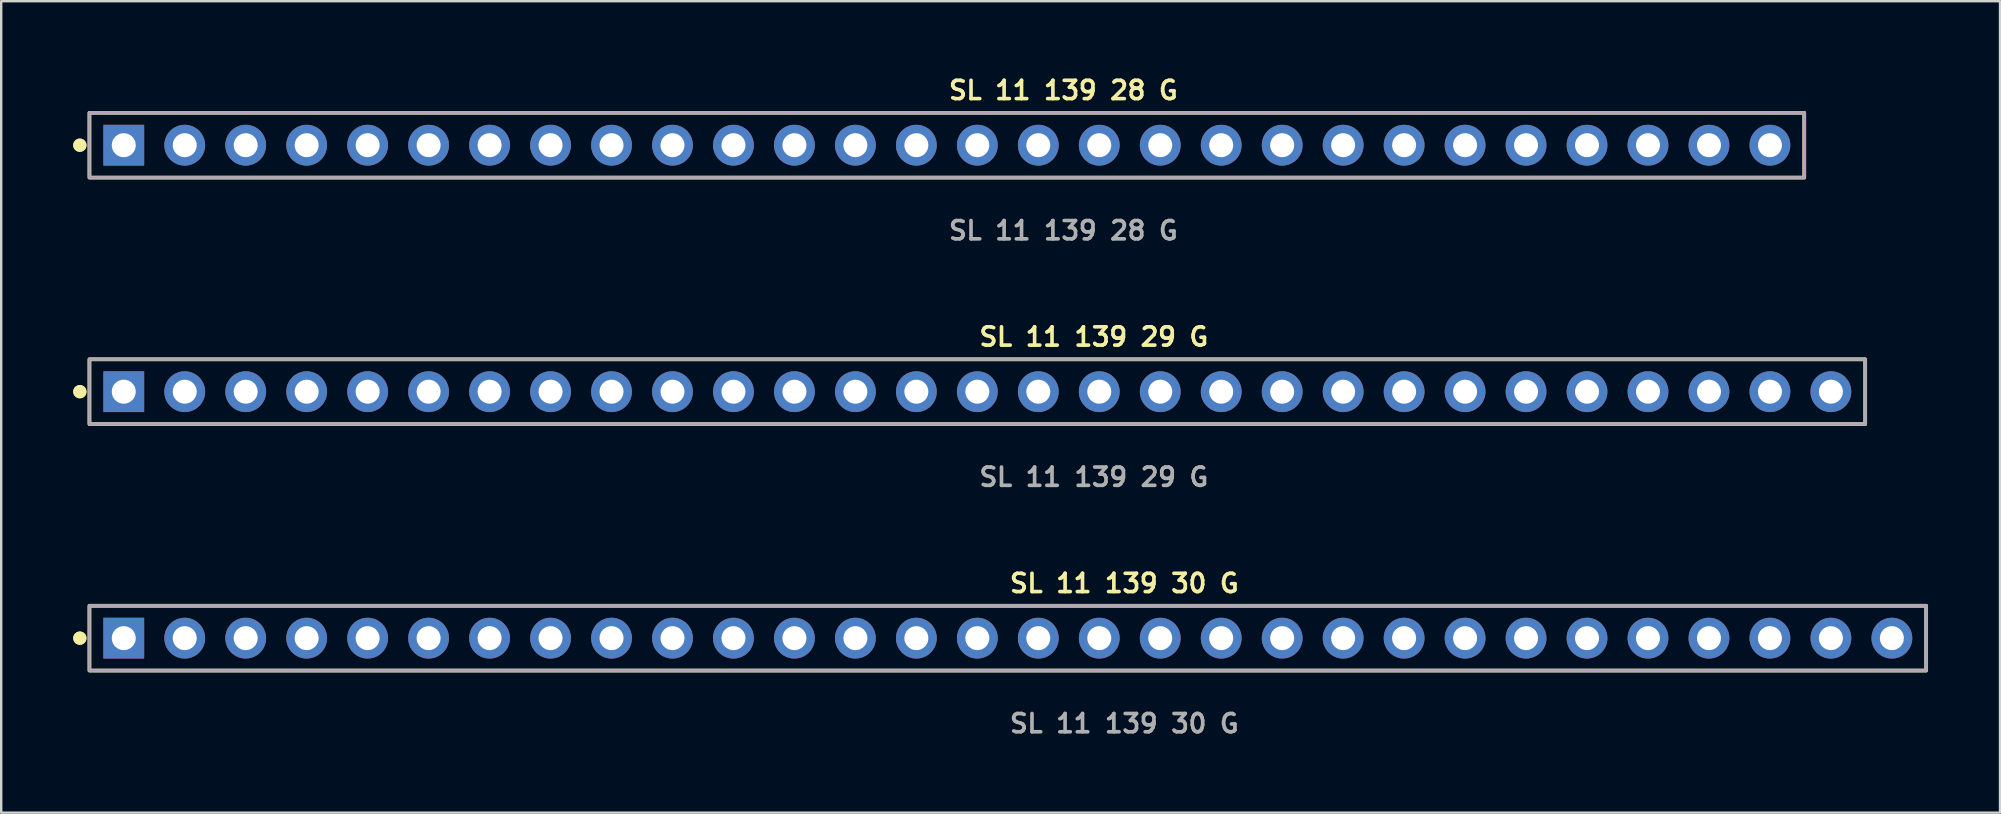
<source format=kicad_pcb>
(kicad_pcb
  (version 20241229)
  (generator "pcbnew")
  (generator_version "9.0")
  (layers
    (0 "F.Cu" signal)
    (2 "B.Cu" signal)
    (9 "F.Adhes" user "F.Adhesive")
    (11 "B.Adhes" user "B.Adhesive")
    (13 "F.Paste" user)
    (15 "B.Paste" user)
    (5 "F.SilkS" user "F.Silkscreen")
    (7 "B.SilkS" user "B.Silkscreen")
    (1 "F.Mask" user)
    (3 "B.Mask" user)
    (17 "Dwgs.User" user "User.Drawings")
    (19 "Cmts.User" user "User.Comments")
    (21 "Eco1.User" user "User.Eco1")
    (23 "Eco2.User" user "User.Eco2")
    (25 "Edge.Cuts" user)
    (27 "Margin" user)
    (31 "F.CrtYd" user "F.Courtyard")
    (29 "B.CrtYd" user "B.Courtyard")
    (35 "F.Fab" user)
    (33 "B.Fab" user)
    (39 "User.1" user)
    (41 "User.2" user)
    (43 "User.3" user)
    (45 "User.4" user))
  (footprint "SL 11 139 28 G"
    (layer "F.Cu")
    (at 36.396 2.999)
    (property "Reference" "SL 11 139 28 G" (at 0 -2.286 0) (unlocked yes) (layer "F.SilkS") (effects (font (size 0.762 0.762) (thickness 0.152)) (justify left)))
    (fp_rect (start -35.72 1.35) (end 35.72 -1.35) (stroke (width 0.152) (type solid)) (fill no) (layer "F.SilkS"))
    (fp_circle (center -36.12 0) (end -36.32 0) (stroke (width 0.152) (type solid)) (fill yes) (layer "F.SilkS"))
    (fp_circle (center -36.12 0) (end -36.32 0) (stroke (width 0.152) (type solid)) (fill yes) (layer "F.SilkS"))
    (fp_rect (start -35.72 1.35) (end 35.72 -1.35) (stroke (width 0.006) (type solid)) (fill no) (layer "F.CrtYd"))
    (fp_rect (start -35.72 1.35) (end 35.72 -1.35) (stroke (width 0.152) (type solid)) (fill no) (layer "F.Fab"))
    (fp_text user "${REFERENCE}" (at 0 3.556 0) (unlocked yes) (layer "F.Fab") (effects (font (size 0.762 0.762) (thickness 0.152)) (justify left)))
    (pad "1" thru_hole rect (at -34.29 0) (size 1.7 1.7) (drill 1) (layers "*.Cu" "*.Mask"))
    (pad "2" thru_hole circle (at -31.75 0) (size 1.7 1.7) (drill 1) (layers "*.Cu" "*.Mask"))
    (pad "3" thru_hole circle (at -29.21 0) (size 1.7 1.7) (drill 1) (layers "*.Cu" "*.Mask"))
    (pad "4" thru_hole circle (at -26.67 0) (size 1.7 1.7) (drill 1) (layers "*.Cu" "*.Mask"))
    (pad "5" thru_hole circle (at -24.13 0) (size 1.7 1.7) (drill 1) (layers "*.Cu" "*.Mask"))
    (pad "6" thru_hole circle (at -21.59 0) (size 1.7 1.7) (drill 1) (layers "*.Cu" "*.Mask"))
    (pad "7" thru_hole circle (at -19.05 0) (size 1.7 1.7) (drill 1) (layers "*.Cu" "*.Mask"))
    (pad "8" thru_hole circle (at -16.51 0) (size 1.7 1.7) (drill 1) (layers "*.Cu" "*.Mask"))
    (pad "9" thru_hole circle (at -13.97 0) (size 1.7 1.7) (drill 1) (layers "*.Cu" "*.Mask"))
    (pad "10" thru_hole circle (at -11.43 0) (size 1.7 1.7) (drill 1) (layers "*.Cu" "*.Mask"))
    (pad "11" thru_hole circle (at -8.89 0) (size 1.7 1.7) (drill 1) (layers "*.Cu" "*.Mask"))
    (pad "12" thru_hole circle (at -6.35 0) (size 1.7 1.7) (drill 1) (layers "*.Cu" "*.Mask"))
    (pad "13" thru_hole circle (at -3.81 0) (size 1.7 1.7) (drill 1) (layers "*.Cu" "*.Mask"))
    (pad "14" thru_hole circle (at -1.27 0) (size 1.7 1.7) (drill 1) (layers "*.Cu" "*.Mask"))
    (pad "15" thru_hole circle (at 1.27 0) (size 1.7 1.7) (drill 1) (layers "*.Cu" "*.Mask"))
    (pad "16" thru_hole circle (at 3.81 0) (size 1.7 1.7) (drill 1) (layers "*.Cu" "*.Mask"))
    (pad "17" thru_hole circle (at 6.35 0) (size 1.7 1.7) (drill 1) (layers "*.Cu" "*.Mask"))
    (pad "18" thru_hole circle (at 8.89 0) (size 1.7 1.7) (drill 1) (layers "*.Cu" "*.Mask"))
    (pad "19" thru_hole circle (at 11.43 0) (size 1.7 1.7) (drill 1) (layers "*.Cu" "*.Mask"))
    (pad "20" thru_hole circle (at 13.97 0) (size 1.7 1.7) (drill 1) (layers "*.Cu" "*.Mask"))
    (pad "21" thru_hole circle (at 16.51 0) (size 1.7 1.7) (drill 1) (layers "*.Cu" "*.Mask"))
    (pad "22" thru_hole circle (at 19.05 0) (size 1.7 1.7) (drill 1) (layers "*.Cu" "*.Mask"))
    (pad "23" thru_hole circle (at 21.59 0) (size 1.7 1.7) (drill 1) (layers "*.Cu" "*.Mask"))
    (pad "24" thru_hole circle (at 24.13 0) (size 1.7 1.7) (drill 1) (layers "*.Cu" "*.Mask"))
    (pad "25" thru_hole circle (at 26.67 0) (size 1.7 1.7) (drill 1) (layers "*.Cu" "*.Mask"))
    (pad "26" thru_hole circle (at 29.21 0) (size 1.7 1.7) (drill 1) (layers "*.Cu" "*.Mask"))
    (pad "27" thru_hole circle (at 31.75 0) (size 1.7 1.7) (drill 1) (layers "*.Cu" "*.Mask"))
    (pad "28" thru_hole circle (at 34.29 0) (size 1.7 1.7) (drill 1) (layers "*.Cu" "*.Mask")))
  (footprint "SL 11 139 30 G"
    (layer "F.Cu")
    (at 38.936 23.536)
    (property "Reference" "SL 11 139 30 G" (at 0 -2.286 0) (unlocked yes) (layer "F.SilkS") (effects (font (size 0.762 0.762) (thickness 0.152)) (justify left)))
    (fp_rect (start -38.26 1.35) (end 38.26 -1.35) (stroke (width 0.152) (type solid)) (fill no) (layer "F.SilkS"))
    (fp_circle (center -38.66 0) (end -38.86 0) (stroke (width 0.152) (type solid)) (fill yes) (layer "F.SilkS"))
    (fp_circle (center -38.66 0) (end -38.86 0) (stroke (width 0.152) (type solid)) (fill yes) (layer "F.SilkS"))
    (fp_rect (start -38.26 1.35) (end 38.26 -1.35) (stroke (width 0.006) (type solid)) (fill no) (layer "F.CrtYd"))
    (fp_rect (start -38.26 1.35) (end 38.26 -1.35) (stroke (width 0.152) (type solid)) (fill no) (layer "F.Fab"))
    (fp_text user "${REFERENCE}" (at 0 3.556 0) (unlocked yes) (layer "F.Fab") (effects (font (size 0.762 0.762) (thickness 0.152)) (justify left)))
    (pad "1" thru_hole rect (at -36.83 0) (size 1.7 1.7) (drill 1) (layers "*.Cu" "*.Mask"))
    (pad "2" thru_hole circle (at -34.29 0) (size 1.7 1.7) (drill 1) (layers "*.Cu" "*.Mask"))
    (pad "3" thru_hole circle (at -31.75 0) (size 1.7 1.7) (drill 1) (layers "*.Cu" "*.Mask"))
    (pad "4" thru_hole circle (at -29.21 0) (size 1.7 1.7) (drill 1) (layers "*.Cu" "*.Mask"))
    (pad "5" thru_hole circle (at -26.67 0) (size 1.7 1.7) (drill 1) (layers "*.Cu" "*.Mask"))
    (pad "6" thru_hole circle (at -24.13 0) (size 1.7 1.7) (drill 1) (layers "*.Cu" "*.Mask"))
    (pad "7" thru_hole circle (at -21.59 0) (size 1.7 1.7) (drill 1) (layers "*.Cu" "*.Mask"))
    (pad "8" thru_hole circle (at -19.05 0) (size 1.7 1.7) (drill 1) (layers "*.Cu" "*.Mask"))
    (pad "9" thru_hole circle (at -16.51 0) (size 1.7 1.7) (drill 1) (layers "*.Cu" "*.Mask"))
    (pad "10" thru_hole circle (at -13.97 0) (size 1.7 1.7) (drill 1) (layers "*.Cu" "*.Mask"))
    (pad "11" thru_hole circle (at -11.43 0) (size 1.7 1.7) (drill 1) (layers "*.Cu" "*.Mask"))
    (pad "12" thru_hole circle (at -8.89 0) (size 1.7 1.7) (drill 1) (layers "*.Cu" "*.Mask"))
    (pad "13" thru_hole circle (at -6.35 0) (size 1.7 1.7) (drill 1) (layers "*.Cu" "*.Mask"))
    (pad "14" thru_hole circle (at -3.81 0) (size 1.7 1.7) (drill 1) (layers "*.Cu" "*.Mask"))
    (pad "15" thru_hole circle (at -1.27 0) (size 1.7 1.7) (drill 1) (layers "*.Cu" "*.Mask"))
    (pad "16" thru_hole circle (at 1.27 0) (size 1.7 1.7) (drill 1) (layers "*.Cu" "*.Mask"))
    (pad "17" thru_hole circle (at 3.81 0) (size 1.7 1.7) (drill 1) (layers "*.Cu" "*.Mask"))
    (pad "18" thru_hole circle (at 6.35 0) (size 1.7 1.7) (drill 1) (layers "*.Cu" "*.Mask"))
    (pad "19" thru_hole circle (at 8.89 0) (size 1.7 1.7) (drill 1) (layers "*.Cu" "*.Mask"))
    (pad "20" thru_hole circle (at 11.43 0) (size 1.7 1.7) (drill 1) (layers "*.Cu" "*.Mask"))
    (pad "21" thru_hole circle (at 13.97 0) (size 1.7 1.7) (drill 1) (layers "*.Cu" "*.Mask"))
    (pad "22" thru_hole circle (at 16.51 0) (size 1.7 1.7) (drill 1) (layers "*.Cu" "*.Mask"))
    (pad "23" thru_hole circle (at 19.05 0) (size 1.7 1.7) (drill 1) (layers "*.Cu" "*.Mask"))
    (pad "24" thru_hole circle (at 21.59 0) (size 1.7 1.7) (drill 1) (layers "*.Cu" "*.Mask"))
    (pad "25" thru_hole circle (at 24.13 0) (size 1.7 1.7) (drill 1) (layers "*.Cu" "*.Mask"))
    (pad "26" thru_hole circle (at 26.67 0) (size 1.7 1.7) (drill 1) (layers "*.Cu" "*.Mask"))
    (pad "27" thru_hole circle (at 29.21 0) (size 1.7 1.7) (drill 1) (layers "*.Cu" "*.Mask"))
    (pad "28" thru_hole circle (at 31.75 0) (size 1.7 1.7) (drill 1) (layers "*.Cu" "*.Mask"))
    (pad "29" thru_hole circle (at 34.29 0) (size 1.7 1.7) (drill 1) (layers "*.Cu" "*.Mask"))
    (pad "30" thru_hole circle (at 36.83 0) (size 1.7 1.7) (drill 1) (layers "*.Cu" "*.Mask")))
  (footprint "SL 11 139 29 G"
    (layer "F.Cu")
    (at 37.666 13.268)
    (property "Reference" "SL 11 139 29 G" (at 0 -2.286 0) (unlocked yes) (layer "F.SilkS") (effects (font (size 0.762 0.762) (thickness 0.152)) (justify left)))
    (fp_rect (start -36.99 1.35) (end 36.99 -1.35) (stroke (width 0.152) (type solid)) (fill no) (layer "F.SilkS"))
    (fp_circle (center -37.39 0) (end -37.59 0) (stroke (width 0.152) (type solid)) (fill yes) (layer "F.SilkS"))
    (fp_circle (center -37.39 0) (end -37.59 0) (stroke (width 0.152) (type solid)) (fill yes) (layer "F.SilkS"))
    (fp_rect (start -36.99 1.35) (end 36.99 -1.35) (stroke (width 0.006) (type solid)) (fill no) (layer "F.CrtYd"))
    (fp_rect (start -36.99 1.35) (end 36.99 -1.35) (stroke (width 0.152) (type solid)) (fill no) (layer "F.Fab"))
    (fp_text user "${REFERENCE}" (at 0 3.556 0) (unlocked yes) (layer "F.Fab") (effects (font (size 0.762 0.762) (thickness 0.152)) (justify left)))
    (pad "1" thru_hole rect (at -35.56 0) (size 1.7 1.7) (drill 1) (layers "*.Cu" "*.Mask"))
    (pad "2" thru_hole circle (at -33.02 0) (size 1.7 1.7) (drill 1) (layers "*.Cu" "*.Mask"))
    (pad "3" thru_hole circle (at -30.48 0) (size 1.7 1.7) (drill 1) (layers "*.Cu" "*.Mask"))
    (pad "4" thru_hole circle (at -27.94 0) (size 1.7 1.7) (drill 1) (layers "*.Cu" "*.Mask"))
    (pad "5" thru_hole circle (at -25.4 0) (size 1.7 1.7) (drill 1) (layers "*.Cu" "*.Mask"))
    (pad "6" thru_hole circle (at -22.86 0) (size 1.7 1.7) (drill 1) (layers "*.Cu" "*.Mask"))
    (pad "7" thru_hole circle (at -20.32 0) (size 1.7 1.7) (drill 1) (layers "*.Cu" "*.Mask"))
    (pad "8" thru_hole circle (at -17.78 0) (size 1.7 1.7) (drill 1) (layers "*.Cu" "*.Mask"))
    (pad "9" thru_hole circle (at -15.24 0) (size 1.7 1.7) (drill 1) (layers "*.Cu" "*.Mask"))
    (pad "10" thru_hole circle (at -12.7 0) (size 1.7 1.7) (drill 1) (layers "*.Cu" "*.Mask"))
    (pad "11" thru_hole circle (at -10.16 0) (size 1.7 1.7) (drill 1) (layers "*.Cu" "*.Mask"))
    (pad "12" thru_hole circle (at -7.62 0) (size 1.7 1.7) (drill 1) (layers "*.Cu" "*.Mask"))
    (pad "13" thru_hole circle (at -5.08 0) (size 1.7 1.7) (drill 1) (layers "*.Cu" "*.Mask"))
    (pad "14" thru_hole circle (at -2.54 0) (size 1.7 1.7) (drill 1) (layers "*.Cu" "*.Mask"))
    (pad "15" thru_hole circle (at 0 0) (size 1.7 1.7) (drill 1) (layers "*.Cu" "*.Mask"))
    (pad "16" thru_hole circle (at 2.54 0) (size 1.7 1.7) (drill 1) (layers "*.Cu" "*.Mask"))
    (pad "17" thru_hole circle (at 5.08 0) (size 1.7 1.7) (drill 1) (layers "*.Cu" "*.Mask"))
    (pad "18" thru_hole circle (at 7.62 0) (size 1.7 1.7) (drill 1) (layers "*.Cu" "*.Mask"))
    (pad "19" thru_hole circle (at 10.16 0) (size 1.7 1.7) (drill 1) (layers "*.Cu" "*.Mask"))
    (pad "20" thru_hole circle (at 12.7 0) (size 1.7 1.7) (drill 1) (layers "*.Cu" "*.Mask"))
    (pad "21" thru_hole circle (at 15.24 0) (size 1.7 1.7) (drill 1) (layers "*.Cu" "*.Mask"))
    (pad "22" thru_hole circle (at 17.78 0) (size 1.7 1.7) (drill 1) (layers "*.Cu" "*.Mask"))
    (pad "23" thru_hole circle (at 20.32 0) (size 1.7 1.7) (drill 1) (layers "*.Cu" "*.Mask"))
    (pad "24" thru_hole circle (at 22.86 0) (size 1.7 1.7) (drill 1) (layers "*.Cu" "*.Mask"))
    (pad "25" thru_hole circle (at 25.4 0) (size 1.7 1.7) (drill 1) (layers "*.Cu" "*.Mask"))
    (pad "26" thru_hole circle (at 27.94 0) (size 1.7 1.7) (drill 1) (layers "*.Cu" "*.Mask"))
    (pad "27" thru_hole circle (at 30.48 0) (size 1.7 1.7) (drill 1) (layers "*.Cu" "*.Mask"))
    (pad "28" thru_hole circle (at 33.02 0) (size 1.7 1.7) (drill 1) (layers "*.Cu" "*.Mask"))
    (pad "29" thru_hole circle (at 35.56 0) (size 1.7 1.7) (drill 1) (layers "*.Cu" "*.Mask")))
  (gr_rect
    (start -3 -3)
    (end 80.272 30.805)
    (stroke (width 0.1) (type default))
    (fill no)
    (layer "Edge.Cuts")))
</source>
